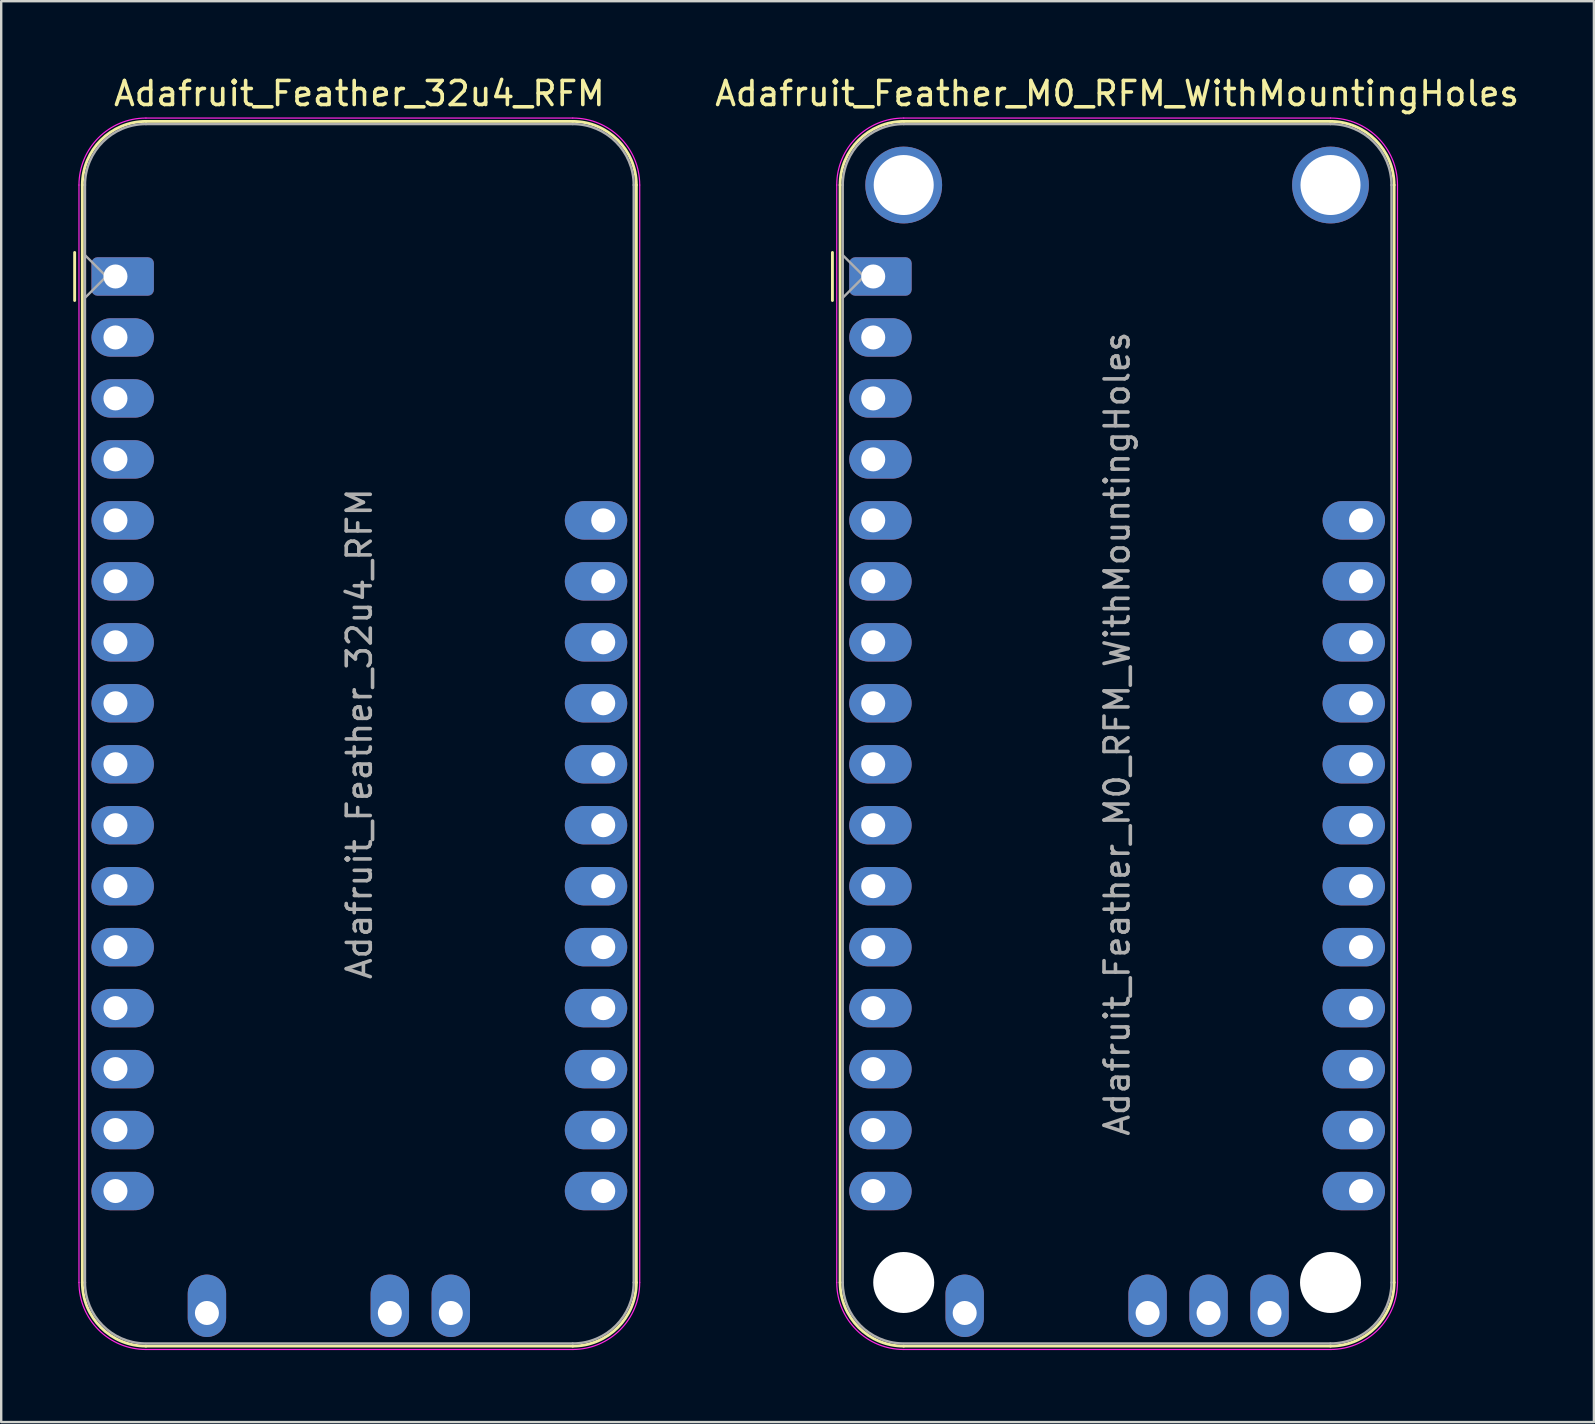
<source format=kicad_pcb>
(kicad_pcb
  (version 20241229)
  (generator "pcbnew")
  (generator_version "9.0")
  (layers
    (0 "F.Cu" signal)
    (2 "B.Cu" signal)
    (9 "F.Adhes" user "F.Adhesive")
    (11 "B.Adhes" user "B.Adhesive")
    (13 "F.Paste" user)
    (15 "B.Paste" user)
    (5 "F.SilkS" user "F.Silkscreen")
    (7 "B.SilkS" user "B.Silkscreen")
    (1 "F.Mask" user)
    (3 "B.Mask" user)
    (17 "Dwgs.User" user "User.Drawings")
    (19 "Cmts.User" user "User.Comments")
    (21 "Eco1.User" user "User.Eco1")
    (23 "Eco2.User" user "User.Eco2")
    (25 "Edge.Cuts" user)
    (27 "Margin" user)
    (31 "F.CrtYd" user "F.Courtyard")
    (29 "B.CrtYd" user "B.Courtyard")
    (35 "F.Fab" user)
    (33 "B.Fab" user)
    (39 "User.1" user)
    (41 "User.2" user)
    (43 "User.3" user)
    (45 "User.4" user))
  (footprint "Adafruit_Feather_32u4_RFM"
    (layer "F.Cu")
    (at 1.76 8.468)
    (property "Reference" "Adafruit_Feather_32u4_RFM" (at 10.16 -7.62 0) (layer "F.SilkS") (effects (font (size 1 1) (thickness 0.15))))
    (attr through_hole)
    (fp_line (start -1.7 1) (end -1.7 -1) (stroke (width 0.12) (type solid)) (layer "F.SilkS"))
    (fp_line (start -1.38 -3.81) (end -1.38 41.91) (stroke (width 0.12) (type solid)) (layer "F.SilkS"))
    (fp_line (start 19.05 -6.46) (end 1.27 -6.46) (stroke (width 0.12) (type solid)) (layer "F.SilkS"))
    (fp_line (start 19.05 44.56) (end 1.27 44.56) (stroke (width 0.12) (type solid)) (layer "F.SilkS"))
    (fp_line (start 21.7 -3.81) (end 21.7 41.91) (stroke (width 0.12) (type solid)) (layer "F.SilkS"))
    (fp_arc (start -1.38 -3.81) (mid -0.603833 -5.683833) (end 1.27 -6.46) (stroke (width 0.12) (type solid)) (layer "F.SilkS"))
    (fp_arc (start 1.27 44.56) (mid -0.603833 43.783833) (end -1.38 41.91) (stroke (width 0.12) (type solid)) (layer "F.SilkS"))
    (fp_arc (start 19.05 -6.46) (mid 20.923833 -5.683833) (end 21.7 -3.81) (stroke (width 0.12) (type solid)) (layer "F.SilkS"))
    (fp_arc (start 21.7 41.91) (mid 20.923833 43.783833) (end 19.05 44.56) (stroke (width 0.12) (type solid)) (layer "F.SilkS"))
    (fp_line (start -1.52 41.91) (end -1.52 -3.81) (stroke (width 0.05) (type solid)) (layer "F.CrtYd"))
    (fp_line (start 19.05 -6.6) (end 1.27 -6.6) (stroke (width 0.05) (type solid)) (layer "F.CrtYd"))
    (fp_line (start 19.05 44.7) (end 1.27 44.7) (stroke (width 0.05) (type solid)) (layer "F.CrtYd"))
    (fp_line (start 21.84 41.91) (end 21.84 -3.81) (stroke (width 0.05) (type solid)) (layer "F.CrtYd"))
    (fp_arc (start -1.52 -3.81) (mid -0.702828 -5.782828) (end 1.27 -6.6) (stroke (width 0.05) (type solid)) (layer "F.CrtYd"))
    (fp_arc (start 1.27 44.7) (mid -0.702828 43.882828) (end -1.52 41.91) (stroke (width 0.05) (type solid)) (layer "F.CrtYd"))
    (fp_arc (start 19.05 -6.6) (mid 21.022828 -5.782828) (end 21.84 -3.81) (stroke (width 0.05) (type solid)) (layer "F.CrtYd"))
    (fp_arc (start 21.84 41.91) (mid 21.022828 43.882828) (end 19.05 44.7) (stroke (width 0.05) (type solid)) (layer "F.CrtYd"))
    (fp_line (start -1.27 -3.81) (end -1.27 41.91) (stroke (width 0.1) (type solid)) (layer "F.Fab"))
    (fp_line (start -1.27 -0.889) (end -0.381 0) (stroke (width 0.1) (type solid)) (layer "F.Fab"))
    (fp_line (start -0.381 0) (end -1.27 0.889) (stroke (width 0.1) (type solid)) (layer "F.Fab"))
    (fp_line (start 1.27 44.45) (end 19.05 44.45) (stroke (width 0.1) (type solid)) (layer "F.Fab"))
    (fp_line (start 19.05 -6.35) (end 1.27 -6.35) (stroke (width 0.1) (type solid)) (layer "F.Fab"))
    (fp_line (start 21.59 41.91) (end 21.59 -3.81) (stroke (width 0.1) (type solid)) (layer "F.Fab"))
    (fp_arc (start -1.27 -3.81) (mid -0.526051 -5.606051) (end 1.27 -6.35) (stroke (width 0.1) (type solid)) (layer "F.Fab"))
    (fp_arc (start 1.221238 44.449532) (mid -0.543209 43.688728) (end -1.27 41.91) (stroke (width 0.1) (type solid)) (layer "F.Fab"))
    (fp_arc (start 19.05 -6.35) (mid 20.846051 -5.606051) (end 21.59 -3.81) (stroke (width 0.1) (type solid)) (layer "F.Fab"))
    (fp_arc (start 21.59 41.91) (mid 20.846051 43.706051) (end 19.05 44.45) (stroke (width 0.1) (type solid)) (layer "F.Fab"))
    (fp_text user "${REFERENCE}" (at 10.16 19.05 270) (layer "F.Fab") (effects (font (size 1 1) (thickness 0.15))))
    (pad "1" thru_hole roundrect (at 0 0) (size 2.6 1.6) (drill 1 (offset 0.3 0)) (layers "*.Cu" "*.Mask") (roundrect_rratio 0.156))
    (pad "2" thru_hole oval (at 0 2.54) (size 2.6 1.6) (drill 1 (offset 0.3 0)) (layers "*.Cu" "*.Mask"))
    (pad "3" thru_hole oval (at 0 5.08) (size 2.6 1.6) (drill 1 (offset 0.3 0)) (layers "*.Cu" "*.Mask"))
    (pad "4" thru_hole oval (at 0 7.62) (size 2.6 1.6) (drill 1 (offset 0.3 0)) (layers "*.Cu" "*.Mask"))
    (pad "5" thru_hole oval (at 0 10.16) (size 2.6 1.6) (drill 1 (offset 0.3 0)) (layers "*.Cu" "*.Mask"))
    (pad "6" thru_hole oval (at 0 12.7) (size 2.6 1.6) (drill 1 (offset 0.3 0)) (layers "*.Cu" "*.Mask"))
    (pad "7" thru_hole oval (at 0 15.24) (size 2.6 1.6) (drill 1 (offset 0.3 0)) (layers "*.Cu" "*.Mask"))
    (pad "8" thru_hole oval (at 0 17.78) (size 2.6 1.6) (drill 1 (offset 0.3 0)) (layers "*.Cu" "*.Mask"))
    (pad "9" thru_hole oval (at 0 20.32) (size 2.6 1.6) (drill 1 (offset 0.3 0)) (layers "*.Cu" "*.Mask"))
    (pad "10" thru_hole oval (at 0 22.86) (size 2.6 1.6) (drill 1 (offset 0.3 0)) (layers "*.Cu" "*.Mask"))
    (pad "11" thru_hole oval (at 0 25.4) (size 2.6 1.6) (drill 1 (offset 0.3 0)) (layers "*.Cu" "*.Mask"))
    (pad "12" thru_hole oval (at 0 27.94) (size 2.6 1.6) (drill 1 (offset 0.3 0)) (layers "*.Cu" "*.Mask"))
    (pad "13" thru_hole oval (at 0 30.48) (size 2.6 1.6) (drill 1 (offset 0.3 0)) (layers "*.Cu" "*.Mask"))
    (pad "14" thru_hole oval (at 0 33.02) (size 2.6 1.6) (drill 1 (offset 0.3 0)) (layers "*.Cu" "*.Mask"))
    (pad "15" thru_hole oval (at 0 35.56) (size 2.6 1.6) (drill 1 (offset 0.3 0)) (layers "*.Cu" "*.Mask"))
    (pad "16" thru_hole oval (at 0 38.1) (size 2.6 1.6) (drill 1 (offset 0.3 0)) (layers "*.Cu" "*.Mask"))
    (pad "17" thru_hole oval (at 20.32 38.1 180) (size 2.6 1.6) (drill 1 (offset 0.3 0)) (layers "*.Cu" "*.Mask"))
    (pad "18" thru_hole oval (at 20.32 35.56 180) (size 2.6 1.6) (drill 1 (offset 0.3 0)) (layers "*.Cu" "*.Mask"))
    (pad "19" thru_hole oval (at 20.32 33.02 180) (size 2.6 1.6) (drill 1 (offset 0.3 0)) (layers "*.Cu" "*.Mask"))
    (pad "20" thru_hole oval (at 20.32 30.48 180) (size 2.6 1.6) (drill 1 (offset 0.3 0)) (layers "*.Cu" "*.Mask"))
    (pad "21" thru_hole oval (at 20.32 27.94 180) (size 2.6 1.6) (drill 1 (offset 0.3 0)) (layers "*.Cu" "*.Mask"))
    (pad "22" thru_hole oval (at 20.32 25.4 180) (size 2.6 1.6) (drill 1 (offset 0.3 0)) (layers "*.Cu" "*.Mask"))
    (pad "23" thru_hole oval (at 20.32 22.86 180) (size 2.6 1.6) (drill 1 (offset 0.3 0)) (layers "*.Cu" "*.Mask"))
    (pad "24" thru_hole oval (at 20.32 20.32 180) (size 2.6 1.6) (drill 1 (offset 0.3 0)) (layers "*.Cu" "*.Mask"))
    (pad "25" thru_hole oval (at 20.32 17.78 180) (size 2.6 1.6) (drill 1 (offset 0.3 0)) (layers "*.Cu" "*.Mask"))
    (pad "26" thru_hole oval (at 20.32 15.24 180) (size 2.6 1.6) (drill 1 (offset 0.3 0)) (layers "*.Cu" "*.Mask"))
    (pad "27" thru_hole oval (at 20.32 12.7 180) (size 2.6 1.6) (drill 1 (offset 0.3 0)) (layers "*.Cu" "*.Mask"))
    (pad "28" thru_hole oval (at 20.32 10.16 180) (size 2.6 1.6) (drill 1 (offset 0.3 0)) (layers "*.Cu" "*.Mask"))
    (pad "29" thru_hole oval (at 3.81 43.18 90) (size 2.6 1.6) (drill 1 (offset 0.3 0)) (layers "*.Cu" "*.Mask"))
    (pad "30" thru_hole oval (at 11.43 43.18 90) (size 2.6 1.6) (drill 1 (offset 0.3 0)) (layers "*.Cu" "*.Mask"))
    (pad "31" thru_hole oval (at 13.97 43.18 90) (size 2.6 1.6) (drill 1 (offset 0.3 0)) (layers "*.Cu" "*.Mask")))
  (footprint "Adafruit_Feather_M0_RFM_WithMountingHoles"
    (layer "F.Cu")
    (at 33.328 8.468)
    (property "Reference" "Adafruit_Feather_M0_RFM_WithMountingHoles" (at 10.16 -7.62 0) (layer "F.SilkS") (effects (font (size 1 1) (thickness 0.15))))
    (attr through_hole)
    (fp_line (start -1.7 1) (end -1.7 -1) (stroke (width 0.12) (type solid)) (layer "F.SilkS"))
    (fp_line (start -1.38 -3.81) (end -1.38 41.91) (stroke (width 0.12) (type solid)) (layer "F.SilkS"))
    (fp_line (start 19.05 -6.46) (end 1.27 -6.46) (stroke (width 0.12) (type solid)) (layer "F.SilkS"))
    (fp_line (start 19.05 44.56) (end 1.27 44.56) (stroke (width 0.12) (type solid)) (layer "F.SilkS"))
    (fp_line (start 21.7 -3.81) (end 21.7 41.91) (stroke (width 0.12) (type solid)) (layer "F.SilkS"))
    (fp_arc (start -1.38 -3.81) (mid -0.603833 -5.683833) (end 1.27 -6.46) (stroke (width 0.12) (type solid)) (layer "F.SilkS"))
    (fp_arc (start 1.27 44.56) (mid -0.603833 43.783833) (end -1.38 41.91) (stroke (width 0.12) (type solid)) (layer "F.SilkS"))
    (fp_arc (start 19.05 -6.46) (mid 20.923833 -5.683833) (end 21.7 -3.81) (stroke (width 0.12) (type solid)) (layer "F.SilkS"))
    (fp_arc (start 21.7 41.91) (mid 20.923833 43.783833) (end 19.05 44.56) (stroke (width 0.12) (type solid)) (layer "F.SilkS"))
    (fp_line (start -1.52 41.91) (end -1.52 -3.81) (stroke (width 0.05) (type solid)) (layer "F.CrtYd"))
    (fp_line (start 19.05 -6.6) (end 1.27 -6.6) (stroke (width 0.05) (type solid)) (layer "F.CrtYd"))
    (fp_line (start 19.05 44.7) (end 1.27 44.7) (stroke (width 0.05) (type solid)) (layer "F.CrtYd"))
    (fp_line (start 21.84 41.91) (end 21.84 -3.81) (stroke (width 0.05) (type solid)) (layer "F.CrtYd"))
    (fp_arc (start -1.52 -3.81) (mid -0.702828 -5.782828) (end 1.27 -6.6) (stroke (width 0.05) (type solid)) (layer "F.CrtYd"))
    (fp_arc (start 1.27 44.7) (mid -0.702828 43.882828) (end -1.52 41.91) (stroke (width 0.05) (type solid)) (layer "F.CrtYd"))
    (fp_arc (start 19.05 -6.6) (mid 21.022828 -5.782828) (end 21.84 -3.81) (stroke (width 0.05) (type solid)) (layer "F.CrtYd"))
    (fp_arc (start 21.84 41.91) (mid 21.022828 43.882828) (end 19.05 44.7) (stroke (width 0.05) (type solid)) (layer "F.CrtYd"))
    (fp_line (start -1.27 -3.81) (end -1.27 41.91) (stroke (width 0.1) (type solid)) (layer "F.Fab"))
    (fp_line (start -1.27 -0.889) (end -0.381 0) (stroke (width 0.1) (type solid)) (layer "F.Fab"))
    (fp_line (start -0.381 0) (end -1.27 0.889) (stroke (width 0.1) (type solid)) (layer "F.Fab"))
    (fp_line (start 1.27 44.45) (end 19.05 44.45) (stroke (width 0.1) (type solid)) (layer "F.Fab"))
    (fp_line (start 19.05 -6.35) (end 1.27 -6.35) (stroke (width 0.1) (type solid)) (layer "F.Fab"))
    (fp_line (start 21.59 41.91) (end 21.59 -3.81) (stroke (width 0.1) (type solid)) (layer "F.Fab"))
    (fp_arc (start -1.27 -3.81) (mid -0.526051 -5.606051) (end 1.27 -6.35) (stroke (width 0.1) (type solid)) (layer "F.Fab"))
    (fp_arc (start 1.221238 44.449532) (mid -0.543209 43.688728) (end -1.27 41.91) (stroke (width 0.1) (type solid)) (layer "F.Fab"))
    (fp_arc (start 19.05 -6.35) (mid 20.846051 -5.606051) (end 21.59 -3.81) (stroke (width 0.1) (type solid)) (layer "F.Fab"))
    (fp_arc (start 21.59 41.91) (mid 20.846051 43.706051) (end 19.05 44.45) (stroke (width 0.1) (type solid)) (layer "F.Fab"))
    (fp_text user "${REFERENCE}" (at 10.16 19.05 270) (layer "F.Fab") (effects (font (size 1 1) (thickness 0.15))))
    (pad "" np_thru_hole circle (at 1.27 -3.81 270) (size 3.2 3.2) (drill 2.5) (layers "*.Cu" "*.Mask"))
    (pad "" np_thru_hole circle (at 1.27 41.91 270) (size 2.54 2.54) (drill 2.54) (layers "*.Cu" "*.Mask"))
    (pad "" np_thru_hole circle (at 19.05 -3.81 270) (size 3.2 3.2) (drill 2.5) (layers "*.Cu" "*.Mask"))
    (pad "" np_thru_hole circle (at 19.05 41.91 270) (size 2.54 2.54) (drill 2.54) (layers "*.Cu" "*.Mask"))
    (pad "1" thru_hole roundrect (at 0 0) (size 2.6 1.6) (drill 1 (offset 0.3 0)) (layers "*.Cu" "*.Mask") (roundrect_rratio 0.156))
    (pad "2" thru_hole oval (at 0 2.54) (size 2.6 1.6) (drill 1 (offset 0.3 0)) (layers "*.Cu" "*.Mask"))
    (pad "3" thru_hole oval (at 0 5.08) (size 2.6 1.6) (drill 1 (offset 0.3 0)) (layers "*.Cu" "*.Mask"))
    (pad "4" thru_hole oval (at 0 7.62) (size 2.6 1.6) (drill 1 (offset 0.3 0)) (layers "*.Cu" "*.Mask"))
    (pad "5" thru_hole oval (at 0 10.16) (size 2.6 1.6) (drill 1 (offset 0.3 0)) (layers "*.Cu" "*.Mask"))
    (pad "6" thru_hole oval (at 0 12.7) (size 2.6 1.6) (drill 1 (offset 0.3 0)) (layers "*.Cu" "*.Mask"))
    (pad "7" thru_hole oval (at 0 15.24) (size 2.6 1.6) (drill 1 (offset 0.3 0)) (layers "*.Cu" "*.Mask"))
    (pad "8" thru_hole oval (at 0 17.78) (size 2.6 1.6) (drill 1 (offset 0.3 0)) (layers "*.Cu" "*.Mask"))
    (pad "9" thru_hole oval (at 0 20.32) (size 2.6 1.6) (drill 1 (offset 0.3 0)) (layers "*.Cu" "*.Mask"))
    (pad "10" thru_hole oval (at 0 22.86) (size 2.6 1.6) (drill 1 (offset 0.3 0)) (layers "*.Cu" "*.Mask"))
    (pad "11" thru_hole oval (at 0 25.4) (size 2.6 1.6) (drill 1 (offset 0.3 0)) (layers "*.Cu" "*.Mask"))
    (pad "12" thru_hole oval (at 0 27.94) (size 2.6 1.6) (drill 1 (offset 0.3 0)) (layers "*.Cu" "*.Mask"))
    (pad "13" thru_hole oval (at 0 30.48) (size 2.6 1.6) (drill 1 (offset 0.3 0)) (layers "*.Cu" "*.Mask"))
    (pad "14" thru_hole oval (at 0 33.02) (size 2.6 1.6) (drill 1 (offset 0.3 0)) (layers "*.Cu" "*.Mask"))
    (pad "15" thru_hole oval (at 0 35.56) (size 2.6 1.6) (drill 1 (offset 0.3 0)) (layers "*.Cu" "*.Mask"))
    (pad "16" thru_hole oval (at 0 38.1) (size 2.6 1.6) (drill 1 (offset 0.3 0)) (layers "*.Cu" "*.Mask"))
    (pad "17" thru_hole oval (at 20.32 38.1 180) (size 2.6 1.6) (drill 1 (offset 0.3 0)) (layers "*.Cu" "*.Mask"))
    (pad "18" thru_hole oval (at 20.32 35.56 180) (size 2.6 1.6) (drill 1 (offset 0.3 0)) (layers "*.Cu" "*.Mask"))
    (pad "19" thru_hole oval (at 20.32 33.02 180) (size 2.6 1.6) (drill 1 (offset 0.3 0)) (layers "*.Cu" "*.Mask"))
    (pad "20" thru_hole oval (at 20.32 30.48 180) (size 2.6 1.6) (drill 1 (offset 0.3 0)) (layers "*.Cu" "*.Mask"))
    (pad "21" thru_hole oval (at 20.32 27.94 180) (size 2.6 1.6) (drill 1 (offset 0.3 0)) (layers "*.Cu" "*.Mask"))
    (pad "22" thru_hole oval (at 20.32 25.4 180) (size 2.6 1.6) (drill 1 (offset 0.3 0)) (layers "*.Cu" "*.Mask"))
    (pad "23" thru_hole oval (at 20.32 22.86 180) (size 2.6 1.6) (drill 1 (offset 0.3 0)) (layers "*.Cu" "*.Mask"))
    (pad "24" thru_hole oval (at 20.32 20.32 180) (size 2.6 1.6) (drill 1 (offset 0.3 0)) (layers "*.Cu" "*.Mask"))
    (pad "25" thru_hole oval (at 20.32 17.78 180) (size 2.6 1.6) (drill 1 (offset 0.3 0)) (layers "*.Cu" "*.Mask"))
    (pad "26" thru_hole oval (at 20.32 15.24 180) (size 2.6 1.6) (drill 1 (offset 0.3 0)) (layers "*.Cu" "*.Mask"))
    (pad "27" thru_hole oval (at 20.32 12.7 180) (size 2.6 1.6) (drill 1 (offset 0.3 0)) (layers "*.Cu" "*.Mask"))
    (pad "28" thru_hole oval (at 20.32 10.16 180) (size 2.6 1.6) (drill 1 (offset 0.3 0)) (layers "*.Cu" "*.Mask"))
    (pad "29" thru_hole oval (at 3.81 43.18 90) (size 2.6 1.6) (drill 1 (offset 0.3 0)) (layers "*.Cu" "*.Mask"))
    (pad "30" thru_hole oval (at 11.43 43.18 90) (size 2.6 1.6) (drill 1 (offset 0.3 0)) (layers "*.Cu" "*.Mask"))
    (pad "31" thru_hole oval (at 13.97 43.18 90) (size 2.6 1.6) (drill 1 (offset 0.3 0)) (layers "*.Cu" "*.Mask"))
    (pad "32" thru_hole oval (at 16.51 43.18 90) (size 2.6 1.6) (drill 1 (offset 0.3 0)) (layers "*.Cu" "*.Mask")))
  (gr_rect
    (start -3 -3)
    (end 63.351 56.193)
    (stroke (width 0.1) (type default))
    (fill no)
    (layer "Edge.Cuts")))
</source>
